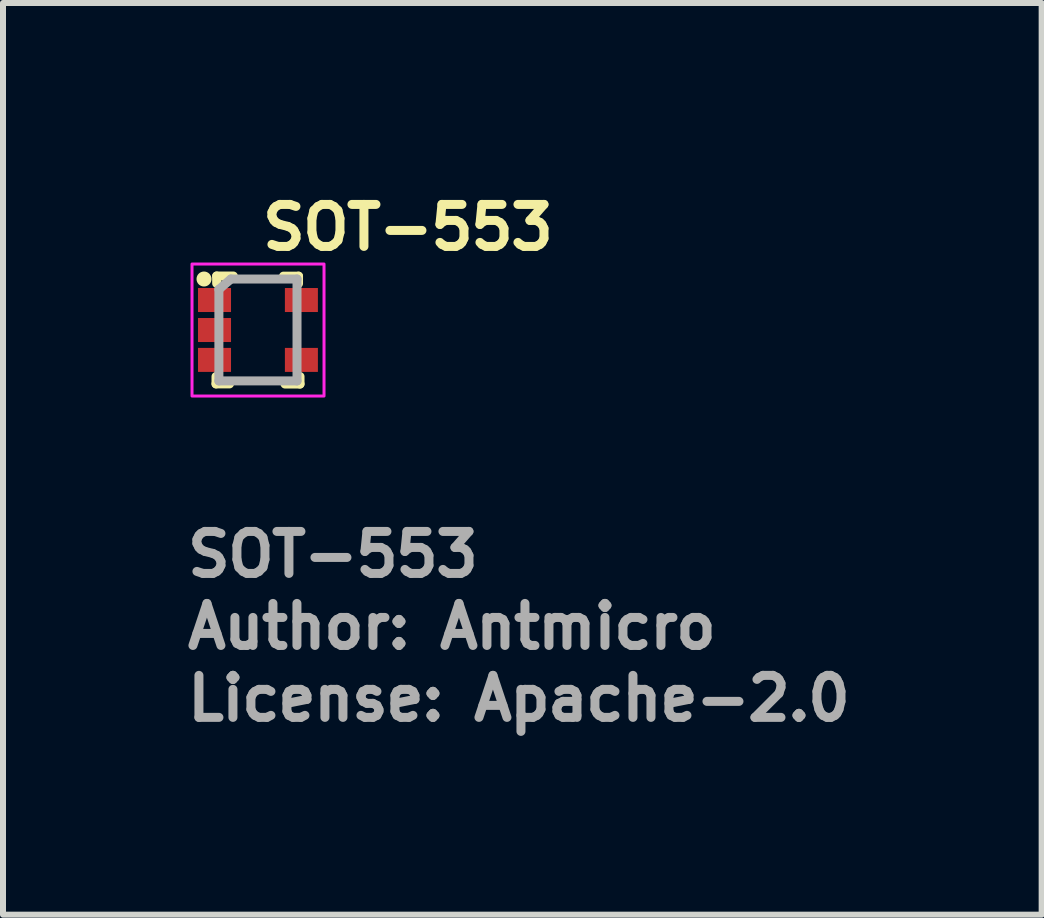
<source format=kicad_pcb>
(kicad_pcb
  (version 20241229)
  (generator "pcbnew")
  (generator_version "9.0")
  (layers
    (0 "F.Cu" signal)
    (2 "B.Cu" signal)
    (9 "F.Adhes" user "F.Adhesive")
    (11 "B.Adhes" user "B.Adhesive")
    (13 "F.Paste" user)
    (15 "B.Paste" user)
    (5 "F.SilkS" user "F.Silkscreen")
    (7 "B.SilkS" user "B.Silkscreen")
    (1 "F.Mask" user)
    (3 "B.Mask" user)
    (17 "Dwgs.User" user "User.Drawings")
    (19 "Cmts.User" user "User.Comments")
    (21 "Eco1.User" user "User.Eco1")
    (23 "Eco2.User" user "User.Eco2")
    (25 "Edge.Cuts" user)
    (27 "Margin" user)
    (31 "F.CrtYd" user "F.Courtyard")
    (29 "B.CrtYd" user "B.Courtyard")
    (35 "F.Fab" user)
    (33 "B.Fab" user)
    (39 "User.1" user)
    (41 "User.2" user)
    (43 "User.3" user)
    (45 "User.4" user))
  (footprint "SOT-553"
    (layer "F.Cu")
    (at 1.25 2.45)
    (property "Reference" "SOT-553" (at 0 -1.3 0) (layer "F.SilkS") (effects (font (size 0.7 0.7) (thickness 0.15)) (justify left bottom)))
    (attr smd)
    (fp_line (start -0.7 0.898) (end -0.7 0.775) (stroke (width 0.15) (type solid)) (layer "F.SilkS"))
    (fp_line (start -0.7 0.898) (end -0.475 0.898) (stroke (width 0.15) (type solid)) (layer "F.SilkS"))
    (fp_line (start -0.689 -0.9) (end -0.689 -0.777) (stroke (width 0.15) (type solid)) (layer "F.SilkS"))
    (fp_line (start -0.689 -0.9) (end -0.411 -0.9) (stroke (width 0.15) (type solid)) (layer "F.SilkS"))
    (fp_line (start 0.675 -0.898) (end 0.425 -0.898) (stroke (width 0.15) (type solid)) (layer "F.SilkS"))
    (fp_line (start 0.675 -0.898) (end 0.675 -0.775) (stroke (width 0.15) (type solid)) (layer "F.SilkS"))
    (fp_line (start 0.7 0.9) (end 0.45 0.9) (stroke (width 0.15) (type solid)) (layer "F.SilkS"))
    (fp_line (start 0.7 0.9) (end 0.7 0.775) (stroke (width 0.15) (type solid)) (layer "F.SilkS"))
    (fp_circle (center -0.9 -0.85) (end -0.85 -0.85) (stroke (width 0.15) (type solid)) (fill yes) (layer "F.SilkS"))
    (fp_rect (start -1.1 -1.1) (end 1.1 1.1) (stroke (width 0.05) (type solid)) (fill no) (layer "F.CrtYd"))
    (fp_line (start -0.652 -0.677) (end -0.652 0.848) (stroke (width 0.15) (type solid)) (layer "F.Fab"))
    (fp_line (start -0.452 -0.85) (end -0.652 -0.677) (stroke (width 0.15) (type solid)) (layer "F.Fab"))
    (fp_line (start -0.452 -0.85) (end 0.65 -0.85) (stroke (width 0.15) (type solid)) (layer "F.Fab"))
    (fp_line (start 0.65 -0.85) (end 0.65 0.848) (stroke (width 0.15) (type solid)) (layer "F.Fab"))
    (fp_line (start 0.65 0.848) (end -0.652 0.848) (stroke (width 0.15) (type solid)) (layer "F.Fab"))
    (fp_rect (start -0.802 -0.802) (end 0.8 0.8) (stroke (width 0.1) (type solid)) (fill no) (layer "User.5"))
    (fp_line (start -0.802 -0.61) (end -0.6 -0.61) (stroke (width 0.02) (type solid)) (layer "User.9"))
    (fp_line (start -0.802 -0.392) (end -0.802 -0.61) (stroke (width 0.02) (type solid)) (layer "User.9"))
    (fp_line (start -0.802 -0.392) (end -0.6 -0.392) (stroke (width 0.02) (type solid)) (layer "User.9"))
    (fp_line (start -0.802 -0.11) (end -0.6 -0.11) (stroke (width 0.02) (type solid)) (layer "User.9"))
    (fp_line (start -0.802 0.108) (end -0.802 -0.11) (stroke (width 0.02) (type solid)) (layer "User.9"))
    (fp_line (start -0.802 0.108) (end -0.6 0.108) (stroke (width 0.02) (type solid)) (layer "User.9"))
    (fp_line (start -0.802 0.39) (end -0.6 0.39) (stroke (width 0.02) (type solid)) (layer "User.9"))
    (fp_line (start -0.802 0.608) (end -0.802 0.39) (stroke (width 0.02) (type solid)) (layer "User.9"))
    (fp_line (start -0.802 0.608) (end -0.6 0.608) (stroke (width 0.02) (type solid)) (layer "User.9"))
    (fp_line (start -0.6 -0.802) (end -0.552 -0.75) (stroke (width 0.02) (type solid)) (layer "User.9"))
    (fp_line (start -0.6 -0.802) (end 0.598 -0.802) (stroke (width 0.02) (type solid)) (layer "User.9"))
    (fp_line (start -0.6 -0.61) (end -0.6 -0.802) (stroke (width 0.02) (type solid)) (layer "User.9"))
    (fp_line (start -0.6 -0.392) (end -0.6 -0.61) (stroke (width 0.02) (type solid)) (layer "User.9"))
    (fp_line (start -0.6 -0.11) (end -0.6 -0.392) (stroke (width 0.02) (type solid)) (layer "User.9"))
    (fp_line (start -0.6 0.108) (end -0.6 -0.11) (stroke (width 0.02) (type solid)) (layer "User.9"))
    (fp_line (start -0.6 0.39) (end -0.6 0.108) (stroke (width 0.02) (type solid)) (layer "User.9"))
    (fp_line (start -0.6 0.608) (end -0.6 0.39) (stroke (width 0.02) (type solid)) (layer "User.9"))
    (fp_line (start -0.6 0.8) (end -0.6 0.608) (stroke (width 0.02) (type solid)) (layer "User.9"))
    (fp_line (start -0.6 0.8) (end -0.552 0.748) (stroke (width 0.02) (type solid)) (layer "User.9"))
    (fp_line (start -0.6 0.8) (end 0.598 0.8) (stroke (width 0.02) (type solid)) (layer "User.9"))
    (fp_line (start -0.552 -0.75) (end 0.55 -0.75) (stroke (width 0.02) (type solid)) (layer "User.9"))
    (fp_line (start -0.552 0.748) (end -0.552 -0.75) (stroke (width 0.02) (type solid)) (layer "User.9"))
    (fp_line (start -0.552 0.748) (end 0.55 0.748) (stroke (width 0.02) (type solid)) (layer "User.9"))
    (fp_line (start -0.476 -0.512) (end -0.476 -0.508) (stroke (width 0.02) (type solid)) (layer "User.9"))
    (fp_line (start -0.476 -0.508) (end -0.476 -0.504) (stroke (width 0.02) (type solid)) (layer "User.9"))
    (fp_line (start -0.476 -0.504) (end -0.476 -0.5) (stroke (width 0.02) (type solid)) (layer "User.9"))
    (fp_line (start -0.476 -0.5) (end -0.476 -0.5) (stroke (width 0.02) (type solid)) (layer "User.9"))
    (fp_line (start -0.476 -0.5) (end -0.476 -0.497) (stroke (width 0.02) (type solid)) (layer "User.9"))
    (fp_line (start -0.476 -0.497) (end -0.476 -0.493) (stroke (width 0.02) (type solid)) (layer "User.9"))
    (fp_line (start -0.476 -0.493) (end -0.476 -0.489) (stroke (width 0.02) (type solid)) (layer "User.9"))
    (fp_line (start -0.476 -0.489) (end -0.475 -0.485) (stroke (width 0.02) (type solid)) (layer "User.9"))
    (fp_line (start -0.475 -0.517) (end -0.476 -0.512) (stroke (width 0.02) (type solid)) (layer "User.9"))
    (fp_line (start -0.475 -0.485) (end -0.474 -0.482) (stroke (width 0.02) (type solid)) (layer "User.9"))
    (fp_line (start -0.474 -0.52) (end -0.475 -0.517) (stroke (width 0.02) (type solid)) (layer "User.9"))
    (fp_line (start -0.474 -0.482) (end -0.473 -0.479) (stroke (width 0.02) (type solid)) (layer "User.9"))
    (fp_line (start -0.473 -0.524) (end -0.474 -0.52) (stroke (width 0.02) (type solid)) (layer "User.9"))
    (fp_line (start -0.473 -0.479) (end -0.472 -0.476) (stroke (width 0.02) (type solid)) (layer "User.9"))
    (fp_line (start -0.472 -0.527) (end -0.473 -0.524) (stroke (width 0.02) (type solid)) (layer "User.9"))
    (fp_line (start -0.472 -0.476) (end -0.471 -0.472) (stroke (width 0.02) (type solid)) (layer "User.9"))
    (fp_line (start -0.471 -0.531) (end -0.472 -0.527) (stroke (width 0.02) (type solid)) (layer "User.9"))
    (fp_line (start -0.471 -0.472) (end -0.469 -0.469) (stroke (width 0.02) (type solid)) (layer "User.9"))
    (fp_line (start -0.469 -0.534) (end -0.471 -0.531) (stroke (width 0.02) (type solid)) (layer "User.9"))
    (fp_line (start -0.469 -0.469) (end -0.467 -0.466) (stroke (width 0.02) (type solid)) (layer "User.9"))
    (fp_line (start -0.467 -0.537) (end -0.469 -0.534) (stroke (width 0.02) (type solid)) (layer "User.9"))
    (fp_line (start -0.467 -0.466) (end -0.466 -0.463) (stroke (width 0.02) (type solid)) (layer "User.9"))
    (fp_line (start -0.466 -0.54) (end -0.467 -0.537) (stroke (width 0.02) (type solid)) (layer "User.9"))
    (fp_line (start -0.466 -0.463) (end -0.464 -0.46) (stroke (width 0.02) (type solid)) (layer "User.9"))
    (fp_line (start -0.464 -0.543) (end -0.466 -0.54) (stroke (width 0.02) (type solid)) (layer "User.9"))
    (fp_line (start -0.464 -0.46) (end -0.462 -0.457) (stroke (width 0.02) (type solid)) (layer "User.9"))
    (fp_line (start -0.462 -0.546) (end -0.464 -0.543) (stroke (width 0.02) (type solid)) (layer "User.9"))
    (fp_line (start -0.462 -0.457) (end -0.459 -0.454) (stroke (width 0.02) (type solid)) (layer "User.9"))
    (fp_line (start -0.459 -0.549) (end -0.462 -0.546) (stroke (width 0.02) (type solid)) (layer "User.9"))
    (fp_line (start -0.459 -0.454) (end -0.457 -0.451) (stroke (width 0.02) (type solid)) (layer "User.9"))
    (fp_line (start -0.457 -0.552) (end -0.459 -0.549) (stroke (width 0.02) (type solid)) (layer "User.9"))
    (fp_line (start -0.457 -0.451) (end -0.455 -0.447) (stroke (width 0.02) (type solid)) (layer "User.9"))
    (fp_line (start -0.455 -0.555) (end -0.457 -0.552) (stroke (width 0.02) (type solid)) (layer "User.9"))
    (fp_line (start -0.455 -0.447) (end -0.452 -0.445) (stroke (width 0.02) (type solid)) (layer "User.9"))
    (fp_line (start -0.452 -0.557) (end -0.455 -0.555) (stroke (width 0.02) (type solid)) (layer "User.9"))
    (fp_line (start -0.452 -0.445) (end -0.448 -0.443) (stroke (width 0.02) (type solid)) (layer "User.9"))
    (fp_line (start -0.448 -0.559) (end -0.452 -0.557) (stroke (width 0.02) (type solid)) (layer "User.9"))
    (fp_line (start -0.448 -0.443) (end -0.445 -0.44) (stroke (width 0.02) (type solid)) (layer "User.9"))
    (fp_line (start -0.445 -0.562) (end -0.448 -0.559) (stroke (width 0.02) (type solid)) (layer "User.9"))
    (fp_line (start -0.445 -0.44) (end -0.442 -0.438) (stroke (width 0.02) (type solid)) (layer "User.9"))
    (fp_line (start -0.442 -0.564) (end -0.445 -0.562) (stroke (width 0.02) (type solid)) (layer "User.9"))
    (fp_line (start -0.442 -0.438) (end -0.439 -0.436) (stroke (width 0.02) (type solid)) (layer "User.9"))
    (fp_line (start -0.439 -0.566) (end -0.442 -0.564) (stroke (width 0.02) (type solid)) (layer "User.9"))
    (fp_line (start -0.439 -0.436) (end -0.436 -0.435) (stroke (width 0.02) (type solid)) (layer "User.9"))
    (fp_line (start -0.436 -0.567) (end -0.439 -0.566) (stroke (width 0.02) (type solid)) (layer "User.9"))
    (fp_line (start -0.436 -0.435) (end -0.433 -0.433) (stroke (width 0.02) (type solid)) (layer "User.9"))
    (fp_line (start -0.433 -0.569) (end -0.436 -0.567) (stroke (width 0.02) (type solid)) (layer "User.9"))
    (fp_line (start -0.433 -0.433) (end -0.43 -0.431) (stroke (width 0.02) (type solid)) (layer "User.9"))
    (fp_line (start -0.43 -0.571) (end -0.433 -0.569) (stroke (width 0.02) (type solid)) (layer "User.9"))
    (fp_line (start -0.43 -0.431) (end -0.426 -0.43) (stroke (width 0.02) (type solid)) (layer "User.9"))
    (fp_line (start -0.426 -0.572) (end -0.43 -0.571) (stroke (width 0.02) (type solid)) (layer "User.9"))
    (fp_line (start -0.426 -0.43) (end -0.423 -0.429) (stroke (width 0.02) (type solid)) (layer "User.9"))
    (fp_line (start -0.423 -0.573) (end -0.426 -0.572) (stroke (width 0.02) (type solid)) (layer "User.9"))
    (fp_line (start -0.423 -0.429) (end -0.419 -0.428) (stroke (width 0.02) (type solid)) (layer "User.9"))
    (fp_line (start -0.419 -0.574) (end -0.423 -0.573) (stroke (width 0.02) (type solid)) (layer "User.9"))
    (fp_line (start -0.419 -0.428) (end -0.417 -0.427) (stroke (width 0.02) (type solid)) (layer "User.9"))
    (fp_line (start -0.417 -0.575) (end -0.419 -0.574) (stroke (width 0.02) (type solid)) (layer "User.9"))
    (fp_line (start -0.417 -0.427) (end -0.413 -0.426) (stroke (width 0.02) (type solid)) (layer "User.9"))
    (fp_line (start -0.413 -0.576) (end -0.417 -0.575) (stroke (width 0.02) (type solid)) (layer "User.9"))
    (fp_line (start -0.413 -0.426) (end -0.409 -0.426) (stroke (width 0.02) (type solid)) (layer "User.9"))
    (fp_line (start -0.409 -0.576) (end -0.413 -0.576) (stroke (width 0.02) (type solid)) (layer "User.9"))
    (fp_line (start -0.409 -0.426) (end -0.405 -0.426) (stroke (width 0.02) (type solid)) (layer "User.9"))
    (fp_line (start -0.405 -0.576) (end -0.409 -0.576) (stroke (width 0.02) (type solid)) (layer "User.9"))
    (fp_line (start -0.405 -0.426) (end -0.402 -0.425) (stroke (width 0.02) (type solid)) (layer "User.9"))
    (fp_line (start -0.402 -0.576) (end -0.405 -0.576) (stroke (width 0.02) (type solid)) (layer "User.9"))
    (fp_line (start -0.402 -0.576) (end -0.402 -0.576) (stroke (width 0.02) (type solid)) (layer "User.9"))
    (fp_line (start -0.402 -0.425) (end -0.402 -0.425) (stroke (width 0.02) (type solid)) (layer "User.9"))
    (fp_line (start -0.402 -0.425) (end -0.398 -0.426) (stroke (width 0.02) (type solid)) (layer "User.9"))
    (fp_line (start -0.398 -0.576) (end -0.402 -0.576) (stroke (width 0.02) (type solid)) (layer "User.9"))
    (fp_line (start -0.398 -0.426) (end -0.394 -0.426) (stroke (width 0.02) (type solid)) (layer "User.9"))
    (fp_line (start -0.394 -0.576) (end -0.398 -0.576) (stroke (width 0.02) (type solid)) (layer "User.9"))
    (fp_line (start -0.394 -0.426) (end -0.39 -0.426) (stroke (width 0.02) (type solid)) (layer "User.9"))
    (fp_line (start -0.39 -0.576) (end -0.394 -0.576) (stroke (width 0.02) (type solid)) (layer "User.9"))
    (fp_line (start -0.39 -0.426) (end -0.386 -0.427) (stroke (width 0.02) (type solid)) (layer "User.9"))
    (fp_line (start -0.386 -0.575) (end -0.39 -0.576) (stroke (width 0.02) (type solid)) (layer "User.9"))
    (fp_line (start -0.386 -0.427) (end -0.382 -0.428) (stroke (width 0.02) (type solid)) (layer "User.9"))
    (fp_line (start -0.382 -0.574) (end -0.386 -0.575) (stroke (width 0.02) (type solid)) (layer "User.9"))
    (fp_line (start -0.382 -0.428) (end -0.378 -0.429) (stroke (width 0.02) (type solid)) (layer "User.9"))
    (fp_line (start -0.378 -0.573) (end -0.382 -0.574) (stroke (width 0.02) (type solid)) (layer "User.9"))
    (fp_line (start -0.378 -0.429) (end -0.375 -0.43) (stroke (width 0.02) (type solid)) (layer "User.9"))
    (fp_line (start -0.375 -0.572) (end -0.378 -0.573) (stroke (width 0.02) (type solid)) (layer "User.9"))
    (fp_line (start -0.375 -0.43) (end -0.371 -0.431) (stroke (width 0.02) (type solid)) (layer "User.9"))
    (fp_line (start -0.371 -0.571) (end -0.375 -0.572) (stroke (width 0.02) (type solid)) (layer "User.9"))
    (fp_line (start -0.371 -0.431) (end -0.368 -0.433) (stroke (width 0.02) (type solid)) (layer "User.9"))
    (fp_line (start -0.368 -0.569) (end -0.371 -0.571) (stroke (width 0.02) (type solid)) (layer "User.9"))
    (fp_line (start -0.368 -0.433) (end -0.365 -0.435) (stroke (width 0.02) (type solid)) (layer "User.9"))
    (fp_line (start -0.365 -0.567) (end -0.368 -0.569) (stroke (width 0.02) (type solid)) (layer "User.9"))
    (fp_line (start -0.365 -0.435) (end -0.362 -0.436) (stroke (width 0.02) (type solid)) (layer "User.9"))
    (fp_line (start -0.362 -0.566) (end -0.365 -0.567) (stroke (width 0.02) (type solid)) (layer "User.9"))
    (fp_line (start -0.362 -0.436) (end -0.359 -0.438) (stroke (width 0.02) (type solid)) (layer "User.9"))
    (fp_line (start -0.359 -0.564) (end -0.362 -0.566) (stroke (width 0.02) (type solid)) (layer "User.9"))
    (fp_line (start -0.359 -0.438) (end -0.356 -0.44) (stroke (width 0.02) (type solid)) (layer "User.9"))
    (fp_line (start -0.356 -0.562) (end -0.359 -0.564) (stroke (width 0.02) (type solid)) (layer "User.9"))
    (fp_line (start -0.356 -0.44) (end -0.353 -0.443) (stroke (width 0.02) (type solid)) (layer "User.9"))
    (fp_line (start -0.353 -0.559) (end -0.356 -0.562) (stroke (width 0.02) (type solid)) (layer "User.9"))
    (fp_line (start -0.353 -0.443) (end -0.351 -0.445) (stroke (width 0.02) (type solid)) (layer "User.9"))
    (fp_line (start -0.351 -0.557) (end -0.353 -0.559) (stroke (width 0.02) (type solid)) (layer "User.9"))
    (fp_line (start -0.351 -0.445) (end -0.348 -0.447) (stroke (width 0.02) (type solid)) (layer "User.9"))
    (fp_line (start -0.348 -0.555) (end -0.351 -0.557) (stroke (width 0.02) (type solid)) (layer "User.9"))
    (fp_line (start -0.348 -0.447) (end -0.346 -0.451) (stroke (width 0.02) (type solid)) (layer "User.9"))
    (fp_line (start -0.346 -0.552) (end -0.348 -0.555) (stroke (width 0.02) (type solid)) (layer "User.9"))
    (fp_line (start -0.346 -0.451) (end -0.344 -0.454) (stroke (width 0.02) (type solid)) (layer "User.9"))
    (fp_line (start -0.344 -0.549) (end -0.346 -0.552) (stroke (width 0.02) (type solid)) (layer "User.9"))
    (fp_line (start -0.344 -0.454) (end -0.341 -0.457) (stroke (width 0.02) (type solid)) (layer "User.9"))
    (fp_line (start -0.341 -0.546) (end -0.344 -0.549) (stroke (width 0.02) (type solid)) (layer "User.9"))
    (fp_line (start -0.341 -0.457) (end -0.339 -0.46) (stroke (width 0.02) (type solid)) (layer "User.9"))
    (fp_line (start -0.339 -0.543) (end -0.341 -0.546) (stroke (width 0.02) (type solid)) (layer "User.9"))
    (fp_line (start -0.339 -0.46) (end -0.337 -0.463) (stroke (width 0.02) (type solid)) (layer "User.9"))
    (fp_line (start -0.337 -0.54) (end -0.339 -0.543) (stroke (width 0.02) (type solid)) (layer "User.9"))
    (fp_line (start -0.337 -0.463) (end -0.336 -0.466) (stroke (width 0.02) (type solid)) (layer "User.9"))
    (fp_line (start -0.336 -0.537) (end -0.337 -0.54) (stroke (width 0.02) (type solid)) (layer "User.9"))
    (fp_line (start -0.336 -0.466) (end -0.334 -0.469) (stroke (width 0.02) (type solid)) (layer "User.9"))
    (fp_line (start -0.334 -0.534) (end -0.336 -0.537) (stroke (width 0.02) (type solid)) (layer "User.9"))
    (fp_line (start -0.334 -0.469) (end -0.332 -0.472) (stroke (width 0.02) (type solid)) (layer "User.9"))
    (fp_line (start -0.332 -0.531) (end -0.334 -0.534) (stroke (width 0.02) (type solid)) (layer "User.9"))
    (fp_line (start -0.332 -0.472) (end -0.331 -0.476) (stroke (width 0.02) (type solid)) (layer "User.9"))
    (fp_line (start -0.331 -0.527) (end -0.332 -0.531) (stroke (width 0.02) (type solid)) (layer "User.9"))
    (fp_line (start -0.331 -0.476) (end -0.33 -0.479) (stroke (width 0.02) (type solid)) (layer "User.9"))
    (fp_line (start -0.33 -0.524) (end -0.331 -0.527) (stroke (width 0.02) (type solid)) (layer "User.9"))
    (fp_line (start -0.33 -0.479) (end -0.329 -0.482) (stroke (width 0.02) (type solid)) (layer "User.9"))
    (fp_line (start -0.329 -0.52) (end -0.33 -0.524) (stroke (width 0.02) (type solid)) (layer "User.9"))
    (fp_line (start -0.329 -0.482) (end -0.328 -0.485) (stroke (width 0.02) (type solid)) (layer "User.9"))
    (fp_line (start -0.328 -0.517) (end -0.329 -0.52) (stroke (width 0.02) (type solid)) (layer "User.9"))
    (fp_line (start -0.328 -0.485) (end -0.327 -0.489) (stroke (width 0.02) (type solid)) (layer "User.9"))
    (fp_line (start -0.327 -0.512) (end -0.328 -0.517) (stroke (width 0.02) (type solid)) (layer "User.9"))
    (fp_line (start -0.327 -0.508) (end -0.327 -0.512) (stroke (width 0.02) (type solid)) (layer "User.9"))
    (fp_line (start -0.327 -0.504) (end -0.327 -0.508) (stroke (width 0.02) (type solid)) (layer "User.9"))
    (fp_line (start -0.327 -0.5) (end -0.327 -0.504) (stroke (width 0.02) (type solid)) (layer "User.9"))
    (fp_line (start -0.327 -0.5) (end -0.327 -0.5) (stroke (width 0.02) (type solid)) (layer "User.9"))
    (fp_line (start -0.327 -0.5) (end -0.327 -0.5) (stroke (width 0.02) (type solid)) (layer "User.9"))
    (fp_line (start -0.327 -0.497) (end -0.327 -0.5) (stroke (width 0.02) (type solid)) (layer "User.9"))
    (fp_line (start -0.327 -0.493) (end -0.327 -0.497) (stroke (width 0.02) (type solid)) (layer "User.9"))
    (fp_line (start -0.327 -0.489) (end -0.327 -0.493) (stroke (width 0.02) (type solid)) (layer "User.9"))
    (fp_line (start 0.55 0.748) (end 0.55 -0.75) (stroke (width 0.02) (type solid)) (layer "User.9"))
    (fp_line (start 0.598 -0.802) (end 0.55 -0.75) (stroke (width 0.02) (type solid)) (layer "User.9"))
    (fp_line (start 0.598 -0.61) (end 0.598 -0.802) (stroke (width 0.02) (type solid)) (layer "User.9"))
    (fp_line (start 0.598 -0.61) (end 0.8 -0.61) (stroke (width 0.02) (type solid)) (layer "User.9"))
    (fp_line (start 0.598 -0.392) (end 0.598 -0.61) (stroke (width 0.02) (type solid)) (layer "User.9"))
    (fp_line (start 0.598 -0.392) (end 0.8 -0.392) (stroke (width 0.02) (type solid)) (layer "User.9"))
    (fp_line (start 0.598 0.39) (end 0.598 -0.392) (stroke (width 0.02) (type solid)) (layer "User.9"))
    (fp_line (start 0.598 0.39) (end 0.8 0.39) (stroke (width 0.02) (type solid)) (layer "User.9"))
    (fp_line (start 0.598 0.608) (end 0.598 0.39) (stroke (width 0.02) (type solid)) (layer "User.9"))
    (fp_line (start 0.598 0.608) (end 0.8 0.608) (stroke (width 0.02) (type solid)) (layer "User.9"))
    (fp_line (start 0.598 0.8) (end 0.55 0.748) (stroke (width 0.02) (type solid)) (layer "User.9"))
    (fp_line (start 0.598 0.8) (end 0.598 0.608) (stroke (width 0.02) (type solid)) (layer "User.9"))
    (fp_line (start 0.8 -0.392) (end 0.8 -0.61) (stroke (width 0.02) (type solid)) (layer "User.9"))
    (fp_line (start 0.8 0.608) (end 0.8 0.39) (stroke (width 0.02) (type solid)) (layer "User.9"))
    (fp_text user "${REFERENCE}" (at -1.25 4.15 0) (layer "F.Fab") (effects (font (size 0.7 0.7) (thickness 0.15)) (justify left bottom)))
    (fp_text user "License: Apache-2.0" (at -1.25 6.549 0) (layer "F.Fab") (effects (font (size 0.7 0.7) (thickness 0.15)) (justify left bottom)))
    (fp_text user "Author: Antmicro" (at -1.25 5.35 0) (layer "F.Fab") (effects (font (size 0.7 0.7) (thickness 0.15)) (justify left bottom)))
    (pad "1" smd rect (at -0.725 -0.5 270) (size 0.4 0.55) (layers "F.Cu" "F.Mask" "F.Paste"))
    (pad "2" smd rect (at -0.725 0 270) (size 0.4 0.55) (layers "F.Cu" "F.Mask" "F.Paste"))
    (pad "3" smd rect (at -0.725 0.498 270) (size 0.4 0.55) (layers "F.Cu" "F.Mask" "F.Paste"))
    (pad "4" smd rect (at 0.723 0.498 270) (size 0.4 0.55) (layers "F.Cu" "F.Mask" "F.Paste"))
    (pad "5" smd rect (at 0.723 -0.5 270) (size 0.4 0.55) (layers "F.Cu" "F.Mask" "F.Paste")))
  (gr_rect
    (start -3 -3)
    (end 14.31 12.194)
    (stroke (width 0.1) (type default))
    (fill no)
    (layer "Edge.Cuts")))
</source>
